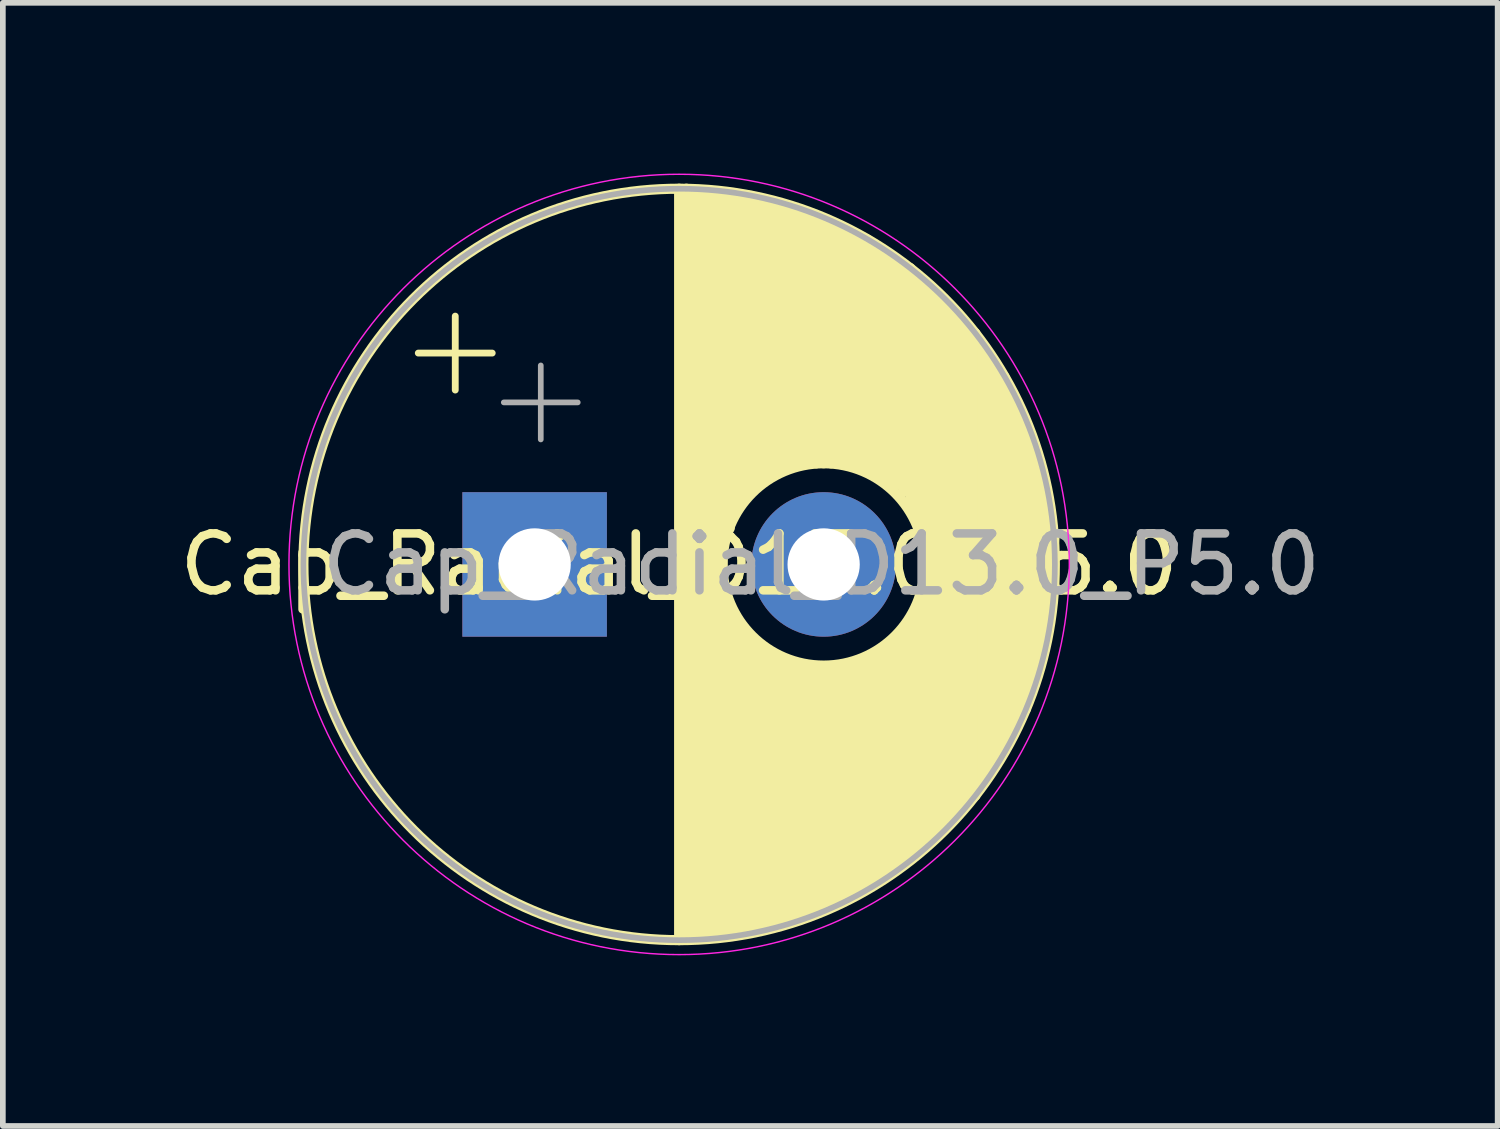
<source format=kicad_pcb>
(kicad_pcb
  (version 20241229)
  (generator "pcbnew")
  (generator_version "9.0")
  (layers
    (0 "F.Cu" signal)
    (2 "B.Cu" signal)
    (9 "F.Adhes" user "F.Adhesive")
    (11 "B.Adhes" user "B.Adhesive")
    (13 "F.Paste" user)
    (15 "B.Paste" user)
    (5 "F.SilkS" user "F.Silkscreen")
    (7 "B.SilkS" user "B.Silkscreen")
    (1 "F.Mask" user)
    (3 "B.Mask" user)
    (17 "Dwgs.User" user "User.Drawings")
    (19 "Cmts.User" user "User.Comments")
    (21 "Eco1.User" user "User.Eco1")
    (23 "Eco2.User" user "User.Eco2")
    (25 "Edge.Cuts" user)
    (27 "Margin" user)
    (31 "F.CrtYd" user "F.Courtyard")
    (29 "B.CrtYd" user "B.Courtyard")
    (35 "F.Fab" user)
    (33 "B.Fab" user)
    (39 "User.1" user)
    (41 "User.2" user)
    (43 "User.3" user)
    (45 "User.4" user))
  (footprint "Cap_Radial_D13.0_P5.0"
    (layer "F.Cu")
    (at 8.887 6.871)
    (property "Reference" "Cap_Radial_D13.0_P5.0" (at 0 0 0) (layer "F.SilkS") (effects (font (size 1 1) (thickness 0.15))))
    (fp_line (start -4.585 -3.715) (end -3.285 -3.715) (stroke (width 0.12) (type solid)) (layer "F.SilkS"))
    (fp_line (start -3.935 -4.365) (end -3.935 -3.065) (stroke (width 0.12) (type solid)) (layer "F.SilkS"))
    (fp_line (start 0 -6.604) (end 0 6.604) (stroke (width 0.178) (type solid)) (layer "F.SilkS"))
    (fp_line (start 0.127 -6.604) (end 0.127 6.477) (stroke (width 0.178) (type solid)) (layer "F.SilkS"))
    (fp_line (start 0.254 -6.477) (end 0.254 6.477) (stroke (width 0.178) (type solid)) (layer "F.SilkS"))
    (fp_line (start 0.381 -6.477) (end 0.381 6.477) (stroke (width 0.178) (type solid)) (layer "F.SilkS"))
    (fp_line (start 0.508 -6.477) (end 0.508 -1.778) (stroke (width 0.178) (type solid)) (layer "F.SilkS"))
    (fp_line (start 0.508 -4.826) (end 0.508 6.477) (stroke (width 0.178) (type solid)) (layer "F.SilkS"))
    (fp_line (start 0.635 -6.477) (end 0.635 6.477) (stroke (width 0.178) (type solid)) (layer "F.SilkS"))
    (fp_line (start 0.762 -6.477) (end 0.762 6.477) (stroke (width 0.178) (type solid)) (layer "F.SilkS"))
    (fp_line (start 0.889 -6.477) (end 0.889 -0.635) (stroke (width 0.178) (type solid)) (layer "F.SilkS"))
    (fp_line (start 0.889 0.762) (end 0.889 6.477) (stroke (width 0.178) (type solid)) (layer "F.SilkS"))
    (fp_line (start 1.016 -6.477) (end 1.016 -1.016) (stroke (width 0.178) (type solid)) (layer "F.SilkS"))
    (fp_line (start 1.016 1.016) (end 1.016 6.477) (stroke (width 0.178) (type solid)) (layer "F.SilkS"))
    (fp_line (start 1.143 -6.477) (end 1.143 -1.143) (stroke (width 0.178) (type solid)) (layer "F.SilkS"))
    (fp_line (start 1.143 1.143) (end 1.143 6.477) (stroke (width 0.178) (type solid)) (layer "F.SilkS"))
    (fp_line (start 1.27 -6.477) (end 1.27 -1.27) (stroke (width 0.178) (type solid)) (layer "F.SilkS"))
    (fp_line (start 1.27 1.27) (end 1.27 6.35) (stroke (width 0.178) (type solid)) (layer "F.SilkS"))
    (fp_line (start 1.397 -6.35) (end 1.397 -1.397) (stroke (width 0.178) (type solid)) (layer "F.SilkS"))
    (fp_line (start 1.397 1.397) (end 1.397 6.35) (stroke (width 0.178) (type solid)) (layer "F.SilkS"))
    (fp_line (start 1.524 -6.35) (end 1.524 -1.524) (stroke (width 0.178) (type solid)) (layer "F.SilkS"))
    (fp_line (start 1.524 1.524) (end 1.524 6.35) (stroke (width 0.178) (type solid)) (layer "F.SilkS"))
    (fp_line (start 1.651 -6.35) (end 1.651 -1.651) (stroke (width 0.178) (type solid)) (layer "F.SilkS"))
    (fp_line (start 1.651 1.651) (end 1.651 6.35) (stroke (width 0.178) (type solid)) (layer "F.SilkS"))
    (fp_line (start 1.778 -6.223) (end 1.778 -1.651) (stroke (width 0.178) (type solid)) (layer "F.SilkS"))
    (fp_line (start 1.778 1.651) (end 1.778 6.223) (stroke (width 0.178) (type solid)) (layer "F.SilkS"))
    (fp_line (start 1.905 -6.223) (end 1.905 -1.778) (stroke (width 0.178) (type solid)) (layer "F.SilkS"))
    (fp_line (start 1.905 1.778) (end 1.905 6.223) (stroke (width 0.178) (type solid)) (layer "F.SilkS"))
    (fp_line (start 2.032 -6.223) (end 2.032 -1.778) (stroke (width 0.178) (type solid)) (layer "F.SilkS"))
    (fp_line (start 2.032 1.778) (end 2.032 6.223) (stroke (width 0.178) (type solid)) (layer "F.SilkS"))
    (fp_line (start 2.159 -6.223) (end 2.159 -1.778) (stroke (width 0.178) (type solid)) (layer "F.SilkS"))
    (fp_line (start 2.159 1.778) (end 2.159 6.223) (stroke (width 0.178) (type solid)) (layer "F.SilkS"))
    (fp_line (start 2.286 -6.096) (end 2.286 -1.778) (stroke (width 0.178) (type solid)) (layer "F.SilkS"))
    (fp_line (start 2.286 1.905) (end 2.286 6.096) (stroke (width 0.178) (type solid)) (layer "F.SilkS"))
    (fp_line (start 2.413 -6.096) (end 2.413 -1.778) (stroke (width 0.178) (type solid)) (layer "F.SilkS"))
    (fp_line (start 2.413 1.905) (end 2.413 6.096) (stroke (width 0.178) (type solid)) (layer "F.SilkS"))
    (fp_line (start 2.54 -5.969) (end 2.54 -1.778) (stroke (width 0.178) (type solid)) (layer "F.SilkS"))
    (fp_line (start 2.54 1.905) (end 2.54 5.969) (stroke (width 0.178) (type solid)) (layer "F.SilkS"))
    (fp_line (start 2.667 -5.969) (end 2.667 -1.778) (stroke (width 0.178) (type solid)) (layer "F.SilkS"))
    (fp_line (start 2.667 1.905) (end 2.667 5.969) (stroke (width 0.178) (type solid)) (layer "F.SilkS"))
    (fp_line (start 2.794 -5.842) (end 2.794 -1.778) (stroke (width 0.178) (type solid)) (layer "F.SilkS"))
    (fp_line (start 2.794 1.905) (end 2.794 5.842) (stroke (width 0.178) (type solid)) (layer "F.SilkS"))
    (fp_line (start 2.921 -5.842) (end 2.921 -1.778) (stroke (width 0.178) (type solid)) (layer "F.SilkS"))
    (fp_line (start 2.921 1.778) (end 2.921 5.842) (stroke (width 0.178) (type solid)) (layer "F.SilkS"))
    (fp_line (start 3.048 -5.842) (end 3.048 -1.778) (stroke (width 0.178) (type solid)) (layer "F.SilkS"))
    (fp_line (start 3.048 1.778) (end 3.048 5.715) (stroke (width 0.178) (type solid)) (layer "F.SilkS"))
    (fp_line (start 3.175 -5.715) (end 3.175 -1.778) (stroke (width 0.178) (type solid)) (layer "F.SilkS"))
    (fp_line (start 3.175 1.778) (end 3.175 5.715) (stroke (width 0.178) (type solid)) (layer "F.SilkS"))
    (fp_line (start 3.302 -5.715) (end 3.302 -1.651) (stroke (width 0.178) (type solid)) (layer "F.SilkS"))
    (fp_line (start 3.302 1.651) (end 3.302 5.588) (stroke (width 0.178) (type solid)) (layer "F.SilkS"))
    (fp_line (start 3.429 -5.588) (end 3.429 -1.651) (stroke (width 0.178) (type solid)) (layer "F.SilkS"))
    (fp_line (start 3.429 1.651) (end 3.429 5.588) (stroke (width 0.178) (type solid)) (layer "F.SilkS"))
    (fp_line (start 3.556 -5.461) (end 3.556 -1.524) (stroke (width 0.178) (type solid)) (layer "F.SilkS"))
    (fp_line (start 3.556 1.524) (end 3.556 5.461) (stroke (width 0.178) (type solid)) (layer "F.SilkS"))
    (fp_line (start 3.683 -5.461) (end 3.683 -1.397) (stroke (width 0.178) (type solid)) (layer "F.SilkS"))
    (fp_line (start 3.683 1.397) (end 3.683 5.461) (stroke (width 0.178) (type solid)) (layer "F.SilkS"))
    (fp_line (start 3.81 -5.334) (end 3.81 -1.397) (stroke (width 0.178) (type solid)) (layer "F.SilkS"))
    (fp_line (start 3.81 1.27) (end 3.81 5.334) (stroke (width 0.178) (type solid)) (layer "F.SilkS"))
    (fp_line (start 3.937 -5.207) (end 3.937 -1.27) (stroke (width 0.178) (type solid)) (layer "F.SilkS"))
    (fp_line (start 3.937 1.143) (end 3.937 5.207) (stroke (width 0.178) (type solid)) (layer "F.SilkS"))
    (fp_line (start 4.064 -5.207) (end 4.064 -1.016) (stroke (width 0.178) (type solid)) (layer "F.SilkS"))
    (fp_line (start 4.064 1.016) (end 4.064 5.08) (stroke (width 0.178) (type solid)) (layer "F.SilkS"))
    (fp_line (start 4.191 -5.08) (end 4.191 -0.762) (stroke (width 0.178) (type solid)) (layer "F.SilkS"))
    (fp_line (start 4.191 0.762) (end 4.191 5.08) (stroke (width 0.178) (type solid)) (layer "F.SilkS"))
    (fp_line (start 4.318 -4.953) (end 4.318 4.953) (stroke (width 0.178) (type solid)) (layer "F.SilkS"))
    (fp_line (start 4.445 -4.826) (end 4.445 4.826) (stroke (width 0.178) (type solid)) (layer "F.SilkS"))
    (fp_line (start 4.572 -4.699) (end 4.572 4.699) (stroke (width 0.178) (type solid)) (layer "F.SilkS"))
    (fp_line (start 4.699 -4.572) (end 4.699 4.572) (stroke (width 0.178) (type solid)) (layer "F.SilkS"))
    (fp_line (start 4.826 -4.445) (end 4.826 1.651) (stroke (width 0.178) (type solid)) (layer "F.SilkS"))
    (fp_line (start 4.826 -1.397) (end 4.826 4.445) (stroke (width 0.178) (type solid)) (layer "F.SilkS"))
    (fp_line (start 4.953 -4.318) (end 4.953 4.318) (stroke (width 0.178) (type solid)) (layer "F.SilkS"))
    (fp_line (start 5.08 -4.191) (end 5.08 4.191) (stroke (width 0.178) (type solid)) (layer "F.SilkS"))
    (fp_line (start 5.207 -4.064) (end 5.207 4.064) (stroke (width 0.178) (type solid)) (layer "F.SilkS"))
    (fp_line (start 5.334 -3.81) (end 5.334 3.81) (stroke (width 0.178) (type solid)) (layer "F.SilkS"))
    (fp_line (start 5.461 -3.556) (end 5.461 3.556) (stroke (width 0.178) (type solid)) (layer "F.SilkS"))
    (fp_line (start 5.588 -3.429) (end 5.588 3.429) (stroke (width 0.178) (type solid)) (layer "F.SilkS"))
    (fp_line (start 5.715 -3.302) (end 5.715 3.175) (stroke (width 0.178) (type solid)) (layer "F.SilkS"))
    (fp_line (start 5.842 -3.048) (end 5.842 2.921) (stroke (width 0.178) (type solid)) (layer "F.SilkS"))
    (fp_line (start 5.969 -2.794) (end 5.969 2.794) (stroke (width 0.178) (type solid)) (layer "F.SilkS"))
    (fp_line (start 6.096 -2.413) (end 6.096 2.54) (stroke (width 0.178) (type solid)) (layer "F.SilkS"))
    (fp_line (start 6.223 -2.159) (end 6.223 2.159) (stroke (width 0.178) (type solid)) (layer "F.SilkS"))
    (fp_line (start 6.35 -1.778) (end 6.35 1.778) (stroke (width 0.178) (type solid)) (layer "F.SilkS"))
    (fp_line (start 6.477 -1.143) (end 6.477 1.143) (stroke (width 0.178) (type solid)) (layer "F.SilkS"))
    (fp_circle (center 0 0) (end 6.604 0) (stroke (width 0.178) (type solid)) (fill no) (layer "F.SilkS"))
    (fp_circle (center 2.54 0) (end 4.318 0) (stroke (width 0.178) (type solid)) (fill no) (layer "F.SilkS"))
    (fp_circle (center 0 0) (end 6.858 0) (stroke (width 0.025) (type solid)) (fill no) (layer "F.CrtYd"))
    (fp_line (start -3.082 -2.848) (end -1.782 -2.848) (stroke (width 0.1) (type solid)) (layer "F.Fab"))
    (fp_line (start -2.432 -3.498) (end -2.432 -2.197) (stroke (width 0.1) (type solid)) (layer "F.Fab"))
    (fp_circle (center 0 0) (end -6.604 0) (stroke (width 0.1) (type solid)) (fill no) (layer "F.Fab"))
    (fp_text user "${REFERENCE}" (at 2.5 0 0) (layer "F.Fab") (effects (font (size 1 1) (thickness 0.15))))
    (pad "N" thru_hole circle (at 2.54 0) (size 2.54 2.54) (drill 1.27) (layers "*.Cu" "*.Mask"))
    (pad "P" thru_hole rect (at -2.54 0) (size 2.54 2.54) (drill 1.27) (layers "*.Cu" "*.Mask")))
  (gr_rect
    (start -3 -3)
    (end 23.274 16.741)
    (stroke (width 0.1) (type default))
    (fill no)
    (layer "Edge.Cuts")))
</source>
